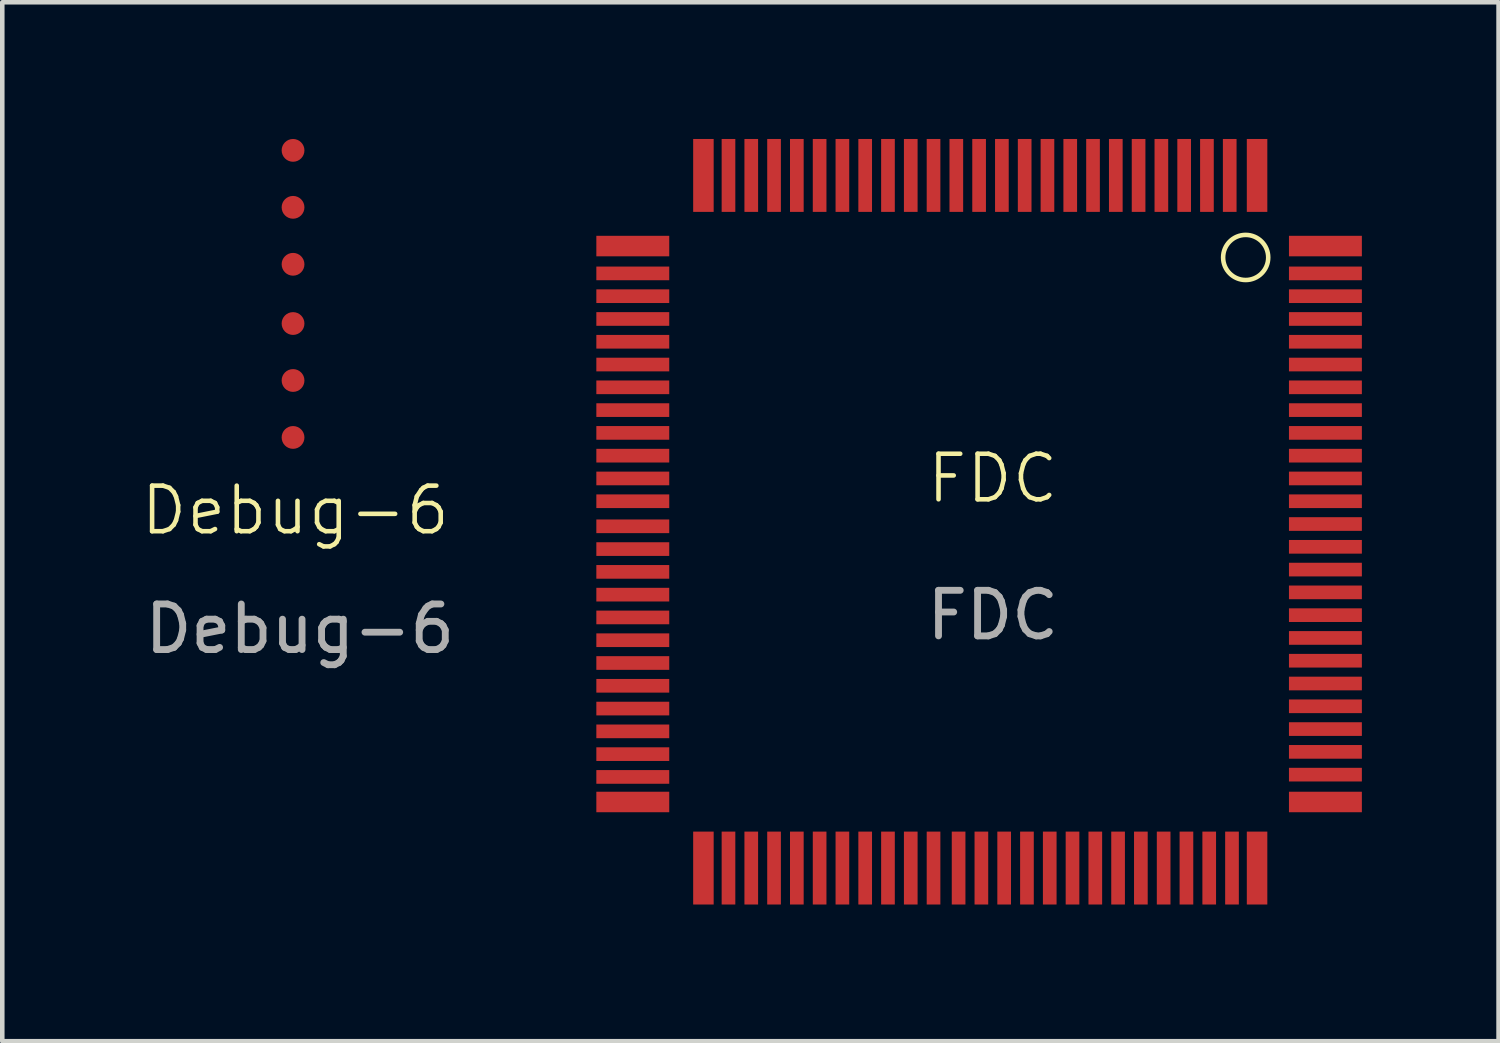
<source format=kicad_pcb>
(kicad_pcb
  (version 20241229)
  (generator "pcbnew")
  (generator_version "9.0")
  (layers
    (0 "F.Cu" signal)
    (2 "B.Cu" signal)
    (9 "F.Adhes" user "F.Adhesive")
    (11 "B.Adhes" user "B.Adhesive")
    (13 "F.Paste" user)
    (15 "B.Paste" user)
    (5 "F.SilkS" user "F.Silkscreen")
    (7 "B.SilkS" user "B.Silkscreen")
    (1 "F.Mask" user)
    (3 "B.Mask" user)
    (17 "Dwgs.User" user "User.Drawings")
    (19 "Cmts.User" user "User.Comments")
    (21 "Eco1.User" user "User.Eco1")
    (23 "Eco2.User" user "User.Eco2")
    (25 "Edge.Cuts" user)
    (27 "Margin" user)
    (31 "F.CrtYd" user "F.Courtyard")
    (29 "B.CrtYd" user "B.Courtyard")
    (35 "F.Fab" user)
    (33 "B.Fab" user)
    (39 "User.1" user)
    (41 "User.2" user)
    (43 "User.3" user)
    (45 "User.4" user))
  (footprint "Debug-6"
    (layer "F.Cu")
    (at 3.431 3.4)
    (property "Reference" "Debug-6" (at 0 4.75 0) (unlocked yes) (layer "F.SilkS") (effects (font (size 1 1) (thickness 0.1))))
    (attr smd)
    (fp_text user "${REFERENCE}" (at 0.1 7.35 0) (unlocked yes) (layer "F.Fab") (effects (font (size 1 1) (thickness 0.15))))
    (pad "1" smd circle (at -0.05 -3.15) (size 0.5 0.5) (layers "F.Cu" "F.Mask" "F.Paste"))
    (pad "2" smd circle (at -0.05 -1.9) (size 0.5 0.5) (layers "F.Cu" "F.Mask" "F.Paste"))
    (pad "3" smd circle (at -0.05 -0.65) (size 0.5 0.5) (layers "F.Cu" "F.Mask" "F.Paste"))
    (pad "4" smd circle (at -0.05 0.65) (size 0.5 0.5) (layers "F.Cu" "F.Mask" "F.Paste"))
    (pad "5" smd circle (at -0.05 1.9) (size 0.5 0.5) (layers "F.Cu" "F.Mask" "F.Paste"))
    (pad "6" smd circle (at -0.05 3.15) (size 0.5 0.5) (layers "F.Cu" "F.Mask" "F.Paste")))
  (footprint "FDC"
    (layer "F.Cu")
    (at 18.737 7.95)
    (property "Reference" "FDC" (at 0 -0.5 0) (unlocked yes) (layer "F.SilkS") (effects (font (size 1 1) (thickness 0.1))))
    (attr smd)
    (fp_circle (center 5.55 -5.35) (end 5.9 -5) (stroke (width 0.1) (type default)) (fill no) (layer "F.SilkS"))
    (fp_text user "${REFERENCE}" (at 0 2.5 0) (unlocked yes) (layer "F.Fab") (effects (font (size 1 1) (thickness 0.15))))
    (pad "1" smd rect (at 5.8 -7.15 270) (size 1.6 0.45) (layers "F.Cu" "F.Mask" "F.Paste"))
    (pad "2" smd rect (at 5.2 -7.15 270) (size 1.6 0.3) (layers "F.Cu" "F.Mask" "F.Paste"))
    (pad "3" smd rect (at 4.7 -7.15 270) (size 1.6 0.3) (layers "F.Cu" "F.Mask" "F.Paste"))
    (pad "4" smd rect (at 4.2 -7.15 270) (size 1.6 0.3) (layers "F.Cu" "F.Mask" "F.Paste"))
    (pad "5" smd rect (at 3.7 -7.15 270) (size 1.6 0.3) (layers "F.Cu" "F.Mask" "F.Paste"))
    (pad "6" smd rect (at 3.2 -7.15 270) (size 1.6 0.3) (layers "F.Cu" "F.Mask" "F.Paste"))
    (pad "7" smd rect (at 2.7 -7.15 270) (size 1.6 0.3) (layers "F.Cu" "F.Mask" "F.Paste"))
    (pad "8" smd rect (at 2.2 -7.15 270) (size 1.6 0.3) (layers "F.Cu" "F.Mask" "F.Paste"))
    (pad "9" smd rect (at 1.7 -7.15 270) (size 1.6 0.3) (layers "F.Cu" "F.Mask" "F.Paste"))
    (pad "10" smd rect (at 1.2 -7.15 270) (size 1.6 0.3) (layers "F.Cu" "F.Mask" "F.Paste"))
    (pad "11" smd rect (at 0.7 -7.15 270) (size 1.6 0.3) (layers "F.Cu" "F.Mask" "F.Paste"))
    (pad "12" smd rect (at 0.2 -7.15 270) (size 1.6 0.3) (layers "F.Cu" "F.Mask" "F.Paste"))
    (pad "13" smd rect (at -0.3 -7.15 270) (size 1.6 0.3) (layers "F.Cu" "F.Mask" "F.Paste"))
    (pad "14" smd rect (at -0.8 -7.15 270) (size 1.6 0.3) (layers "F.Cu" "F.Mask" "F.Paste"))
    (pad "15" smd rect (at -1.3 -7.15 270) (size 1.6 0.3) (layers "F.Cu" "F.Mask" "F.Paste"))
    (pad "16" smd rect (at -1.8 -7.15 270) (size 1.6 0.3) (layers "F.Cu" "F.Mask" "F.Paste"))
    (pad "17" smd rect (at -2.3 -7.15 270) (size 1.6 0.3) (layers "F.Cu" "F.Mask" "F.Paste"))
    (pad "18" smd rect (at -2.8 -7.15 270) (size 1.6 0.3) (layers "F.Cu" "F.Mask" "F.Paste"))
    (pad "19" smd rect (at -3.3 -7.15 270) (size 1.6 0.3) (layers "F.Cu" "F.Mask" "F.Paste"))
    (pad "20" smd rect (at -3.8 -7.15 270) (size 1.6 0.3) (layers "F.Cu" "F.Mask" "F.Paste"))
    (pad "21" smd rect (at -4.3 -7.15 270) (size 1.6 0.3) (layers "F.Cu" "F.Mask" "F.Paste"))
    (pad "22" smd rect (at -4.8 -7.15 270) (size 1.6 0.3) (layers "F.Cu" "F.Mask" "F.Paste"))
    (pad "23" smd rect (at -5.3 -7.15 270) (size 1.6 0.3) (layers "F.Cu" "F.Mask" "F.Paste"))
    (pad "24" smd rect (at -5.8 -7.15 270) (size 1.6 0.3) (layers "F.Cu" "F.Mask" "F.Paste"))
    (pad "25" smd rect (at -6.35 -7.15 270) (size 1.6 0.45) (layers "F.Cu" "F.Mask" "F.Paste"))
    (pad "26" smd rect (at -7.9 -5.6) (size 1.6 0.45) (layers "F.Cu" "F.Mask" "F.Paste"))
    (pad "27" smd rect (at -7.9 -5) (size 1.6 0.3) (layers "F.Cu" "F.Mask" "F.Paste"))
    (pad "28" smd rect (at -7.9 -4.5) (size 1.6 0.3) (layers "F.Cu" "F.Mask" "F.Paste"))
    (pad "29" smd rect (at -7.9 -4) (size 1.6 0.3) (layers "F.Cu" "F.Mask" "F.Paste"))
    (pad "30" smd rect (at -7.9 -3.5) (size 1.6 0.3) (layers "F.Cu" "F.Mask" "F.Paste"))
    (pad "31" smd rect (at -7.9 -3) (size 1.6 0.3) (layers "F.Cu" "F.Mask" "F.Paste"))
    (pad "32" smd rect (at -7.9 -2.5) (size 1.6 0.3) (layers "F.Cu" "F.Mask" "F.Paste"))
    (pad "33" smd rect (at -7.9 -2) (size 1.6 0.3) (layers "F.Cu" "F.Mask" "F.Paste"))
    (pad "34" smd rect (at -7.9 -1.5) (size 1.6 0.3) (layers "F.Cu" "F.Mask" "F.Paste"))
    (pad "35" smd rect (at -7.9 -1) (size 1.6 0.3) (layers "F.Cu" "F.Mask" "F.Paste"))
    (pad "36" smd rect (at -7.9 -0.5) (size 1.6 0.3) (layers "F.Cu" "F.Mask" "F.Paste"))
    (pad "37" smd rect (at -7.9 0) (size 1.6 0.3) (layers "F.Cu" "F.Mask" "F.Paste"))
    (pad "38" smd rect (at -7.9 0.55) (size 1.6 0.3) (layers "F.Cu" "F.Mask" "F.Paste"))
    (pad "39" smd rect (at -7.9 1.05) (size 1.6 0.3) (layers "F.Cu" "F.Mask" "F.Paste"))
    (pad "40" smd rect (at -7.9 1.55) (size 1.6 0.3) (layers "F.Cu" "F.Mask" "F.Paste"))
    (pad "41" smd rect (at -7.9 2.05) (size 1.6 0.3) (layers "F.Cu" "F.Mask" "F.Paste"))
    (pad "42" smd rect (at -7.9 2.55) (size 1.6 0.3) (layers "F.Cu" "F.Mask" "F.Paste"))
    (pad "43" smd rect (at -7.9 3.05) (size 1.6 0.3) (layers "F.Cu" "F.Mask" "F.Paste"))
    (pad "44" smd rect (at -7.9 3.55) (size 1.6 0.3) (layers "F.Cu" "F.Mask" "F.Paste"))
    (pad "45" smd rect (at -7.9 4.05) (size 1.6 0.3) (layers "F.Cu" "F.Mask" "F.Paste"))
    (pad "46" smd rect (at -7.9 4.55) (size 1.6 0.3) (layers "F.Cu" "F.Mask" "F.Paste"))
    (pad "47" smd rect (at -7.9 5.05) (size 1.6 0.3) (layers "F.Cu" "F.Mask" "F.Paste"))
    (pad "48" smd rect (at -7.9 5.55) (size 1.6 0.3) (layers "F.Cu" "F.Mask" "F.Paste"))
    (pad "49" smd rect (at -7.9 6.05) (size 1.6 0.3) (layers "F.Cu" "F.Mask" "F.Paste"))
    (pad "50" smd rect (at -7.9 6.6) (size 1.6 0.45) (layers "F.Cu" "F.Mask" "F.Paste"))
    (pad "51" smd rect (at -6.35 8.05 90) (size 1.6 0.45) (layers "F.Cu" "F.Mask" "F.Paste"))
    (pad "52" smd rect (at -5.8 8.05 90) (size 1.6 0.3) (layers "F.Cu" "F.Mask" "F.Paste"))
    (pad "53" smd rect (at -5.3 8.05 90) (size 1.6 0.3) (layers "F.Cu" "F.Mask" "F.Paste"))
    (pad "54" smd rect (at -4.8 8.05 90) (size 1.6 0.3) (layers "F.Cu" "F.Mask" "F.Paste"))
    (pad "55" smd rect (at -4.3 8.05 90) (size 1.6 0.3) (layers "F.Cu" "F.Mask" "F.Paste"))
    (pad "56" smd rect (at -3.8 8.05 90) (size 1.6 0.3) (layers "F.Cu" "F.Mask" "F.Paste"))
    (pad "57" smd rect (at -3.3 8.05 90) (size 1.6 0.3) (layers "F.Cu" "F.Mask" "F.Paste"))
    (pad "58" smd rect (at -2.8 8.05 90) (size 1.6 0.3) (layers "F.Cu" "F.Mask" "F.Paste"))
    (pad "59" smd rect (at -2.3 8.05 90) (size 1.6 0.3) (layers "F.Cu" "F.Mask" "F.Paste"))
    (pad "60" smd rect (at -1.8 8.05 90) (size 1.6 0.3) (layers "F.Cu" "F.Mask" "F.Paste"))
    (pad "61" smd rect (at -1.3 8.05 90) (size 1.6 0.3) (layers "F.Cu" "F.Mask" "F.Paste"))
    (pad "62" smd rect (at -0.75 8.05 90) (size 1.6 0.3) (layers "F.Cu" "F.Mask" "F.Paste"))
    (pad "63" smd rect (at -0.25 8.05 90) (size 1.6 0.3) (layers "F.Cu" "F.Mask" "F.Paste"))
    (pad "64" smd rect (at 0.25 8.05 90) (size 1.6 0.3) (layers "F.Cu" "F.Mask" "F.Paste"))
    (pad "65" smd rect (at 0.75 8.05 90) (size 1.6 0.3) (layers "F.Cu" "F.Mask" "F.Paste"))
    (pad "66" smd rect (at 1.25 8.05 90) (size 1.6 0.3) (layers "F.Cu" "F.Mask" "F.Paste"))
    (pad "67" smd rect (at 1.75 8.05 90) (size 1.6 0.3) (layers "F.Cu" "F.Mask" "F.Paste"))
    (pad "68" smd rect (at 2.25 8.05 90) (size 1.6 0.3) (layers "F.Cu" "F.Mask" "F.Paste"))
    (pad "69" smd rect (at 2.75 8.05 90) (size 1.6 0.3) (layers "F.Cu" "F.Mask" "F.Paste"))
    (pad "70" smd rect (at 3.25 8.05 90) (size 1.6 0.3) (layers "F.Cu" "F.Mask" "F.Paste"))
    (pad "71" smd rect (at 3.75 8.05 90) (size 1.6 0.3) (layers "F.Cu" "F.Mask" "F.Paste"))
    (pad "72" smd rect (at 4.25 8.05 90) (size 1.6 0.3) (layers "F.Cu" "F.Mask" "F.Paste"))
    (pad "73" smd rect (at 4.75 8.05 90) (size 1.6 0.3) (layers "F.Cu" "F.Mask" "F.Paste"))
    (pad "74" smd rect (at 5.25 8.05 90) (size 1.6 0.3) (layers "F.Cu" "F.Mask" "F.Paste"))
    (pad "75" smd rect (at 5.8 8.05 90) (size 1.6 0.45) (layers "F.Cu" "F.Mask" "F.Paste"))
    (pad "76" smd rect (at 7.3 6.6 180) (size 1.6 0.45) (layers "F.Cu" "F.Mask" "F.Paste"))
    (pad "77" smd rect (at 7.3 6 180) (size 1.6 0.3) (layers "F.Cu" "F.Mask" "F.Paste"))
    (pad "78" smd rect (at 7.3 5.5 180) (size 1.6 0.3) (layers "F.Cu" "F.Mask" "F.Paste"))
    (pad "79" smd rect (at 7.3 5 180) (size 1.6 0.3) (layers "F.Cu" "F.Mask" "F.Paste"))
    (pad "80" smd rect (at 7.3 4.5 180) (size 1.6 0.3) (layers "F.Cu" "F.Mask" "F.Paste"))
    (pad "81" smd rect (at 7.3 4 180) (size 1.6 0.3) (layers "F.Cu" "F.Mask" "F.Paste"))
    (pad "82" smd rect (at 7.3 3.5 180) (size 1.6 0.3) (layers "F.Cu" "F.Mask" "F.Paste"))
    (pad "83" smd rect (at 7.3 3 180) (size 1.6 0.3) (layers "F.Cu" "F.Mask" "F.Paste"))
    (pad "84" smd rect (at 7.3 2.5 180) (size 1.6 0.3) (layers "F.Cu" "F.Mask" "F.Paste"))
    (pad "85" smd rect (at 7.3 2 180) (size 1.6 0.3) (layers "F.Cu" "F.Mask" "F.Paste"))
    (pad "86" smd rect (at 7.3 1.5 180) (size 1.6 0.3) (layers "F.Cu" "F.Mask" "F.Paste"))
    (pad "87" smd rect (at 7.3 1 180) (size 1.6 0.3) (layers "F.Cu" "F.Mask" "F.Paste"))
    (pad "88" smd rect (at 7.3 0.5 180) (size 1.6 0.3) (layers "F.Cu" "F.Mask" "F.Paste"))
    (pad "89" smd rect (at 7.3 0 180) (size 1.6 0.3) (layers "F.Cu" "F.Mask" "F.Paste"))
    (pad "90" smd rect (at 7.3 -0.5 180) (size 1.6 0.3) (layers "F.Cu" "F.Mask" "F.Paste"))
    (pad "91" smd rect (at 7.3 -1 180) (size 1.6 0.3) (layers "F.Cu" "F.Mask" "F.Paste"))
    (pad "92" smd rect (at 7.3 -1.5 180) (size 1.6 0.3) (layers "F.Cu" "F.Mask" "F.Paste"))
    (pad "93" smd rect (at 7.3 -2 180) (size 1.6 0.3) (layers "F.Cu" "F.Mask" "F.Paste"))
    (pad "94" smd rect (at 7.3 -2.5 180) (size 1.6 0.3) (layers "F.Cu" "F.Mask" "F.Paste"))
    (pad "95" smd rect (at 7.3 -3 180) (size 1.6 0.3) (layers "F.Cu" "F.Mask" "F.Paste"))
    (pad "96" smd rect (at 7.3 -3.5 180) (size 1.6 0.3) (layers "F.Cu" "F.Mask" "F.Paste"))
    (pad "97" smd rect (at 7.3 -4 180) (size 1.6 0.3) (layers "F.Cu" "F.Mask" "F.Paste"))
    (pad "98" smd rect (at 7.3 -4.5 180) (size 1.6 0.3) (layers "F.Cu" "F.Mask" "F.Paste"))
    (pad "99" smd rect (at 7.3 -5 180) (size 1.6 0.3) (layers "F.Cu" "F.Mask" "F.Paste"))
    (pad "100" smd rect (at 7.3 -5.6 180) (size 1.6 0.45) (layers "F.Cu" "F.Mask" "F.Paste")))
  (gr_rect
    (start -3 -3)
    (end 29.837 19.8)
    (stroke (width 0.1) (type default))
    (fill no)
    (layer "Edge.Cuts")))
</source>
